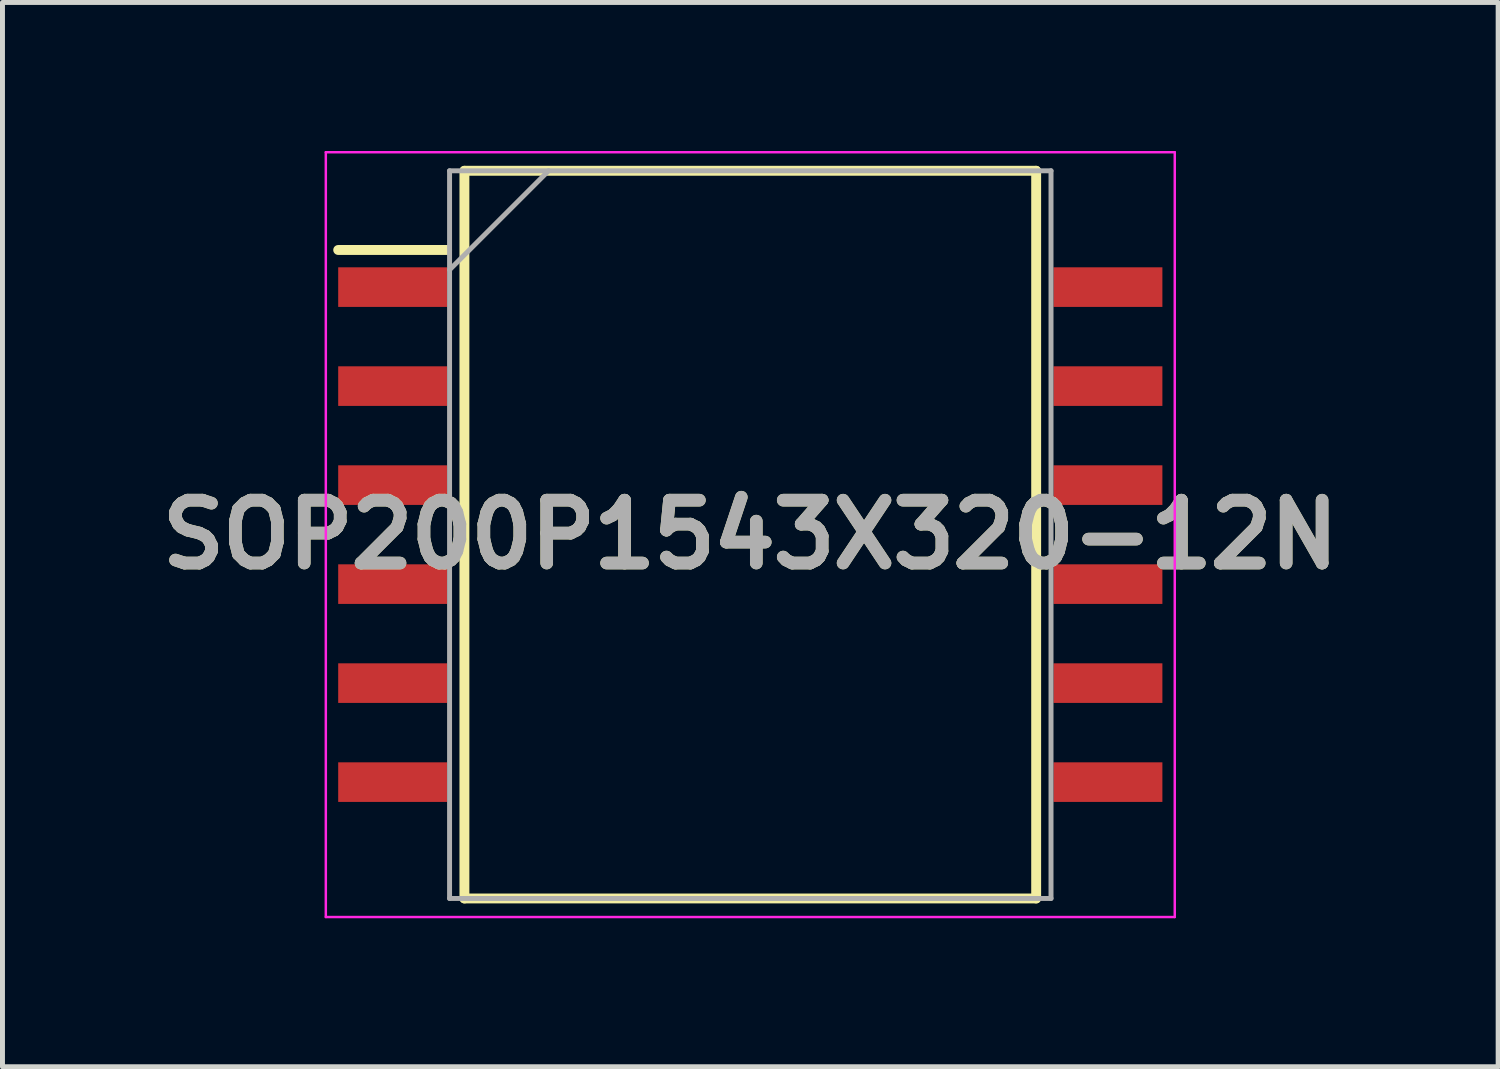
<source format=kicad_pcb>
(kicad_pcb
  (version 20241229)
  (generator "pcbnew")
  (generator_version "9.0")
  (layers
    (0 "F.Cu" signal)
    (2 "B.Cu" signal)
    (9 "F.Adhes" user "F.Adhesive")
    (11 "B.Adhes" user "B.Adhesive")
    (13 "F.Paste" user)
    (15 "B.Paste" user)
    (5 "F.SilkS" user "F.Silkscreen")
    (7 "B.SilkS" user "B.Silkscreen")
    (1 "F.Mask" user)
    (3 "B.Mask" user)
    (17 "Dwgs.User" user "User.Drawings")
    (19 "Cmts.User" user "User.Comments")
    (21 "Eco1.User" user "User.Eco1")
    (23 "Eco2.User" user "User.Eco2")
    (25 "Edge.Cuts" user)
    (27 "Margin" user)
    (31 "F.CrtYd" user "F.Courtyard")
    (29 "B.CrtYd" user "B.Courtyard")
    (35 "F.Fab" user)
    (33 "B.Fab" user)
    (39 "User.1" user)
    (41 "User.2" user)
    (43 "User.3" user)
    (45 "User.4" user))
  (footprint "SOP200P1543X320-12N"
    (layer "F.Cu")
    (at 12.107 7.75)
    (property "Reference" "SOP200P1543X320-12N" (at 0 0 0) (layer "F.SilkS") (effects (font (size 1.27 1.27) (thickness 0.254))))
    (attr smd)
    (fp_line (start -8.325 -5.75) (end -6.125 -5.75) (stroke (width 0.2) (type solid)) (layer "F.SilkS"))
    (fp_line (start -5.775 -7.35) (end 5.775 -7.35) (stroke (width 0.2) (type solid)) (layer "F.SilkS"))
    (fp_line (start -5.775 7.35) (end -5.775 -7.35) (stroke (width 0.2) (type solid)) (layer "F.SilkS"))
    (fp_line (start 5.775 -7.35) (end 5.775 7.35) (stroke (width 0.2) (type solid)) (layer "F.SilkS"))
    (fp_line (start 5.775 7.35) (end -5.775 7.35) (stroke (width 0.2) (type solid)) (layer "F.SilkS"))
    (fp_line (start -8.575 -7.725) (end 8.575 -7.725) (stroke (width 0.05) (type solid)) (layer "F.CrtYd"))
    (fp_line (start -8.575 7.725) (end -8.575 -7.725) (stroke (width 0.05) (type solid)) (layer "F.CrtYd"))
    (fp_line (start 8.575 -7.725) (end 8.575 7.725) (stroke (width 0.05) (type solid)) (layer "F.CrtYd"))
    (fp_line (start 8.575 7.725) (end -8.575 7.725) (stroke (width 0.05) (type solid)) (layer "F.CrtYd"))
    (fp_line (start -6.075 -7.35) (end 6.075 -7.35) (stroke (width 0.1) (type solid)) (layer "F.Fab"))
    (fp_line (start -6.075 -5.35) (end -4.075 -7.35) (stroke (width 0.1) (type solid)) (layer "F.Fab"))
    (fp_line (start -6.075 7.35) (end -6.075 -7.35) (stroke (width 0.1) (type solid)) (layer "F.Fab"))
    (fp_line (start 6.075 -7.35) (end 6.075 7.35) (stroke (width 0.1) (type solid)) (layer "F.Fab"))
    (fp_line (start 6.075 7.35) (end -6.075 7.35) (stroke (width 0.1) (type solid)) (layer "F.Fab"))
    (fp_text user "${REFERENCE}" (at 0 0 0) (layer "F.Fab") (effects (font (size 1.27 1.27) (thickness 0.254))))
    (pad "1" smd rect (at -7.225 -5 90) (size 0.8 2.2) (layers "F.Cu" "F.Mask" "F.Paste"))
    (pad "2" smd rect (at -7.225 -3 90) (size 0.8 2.2) (layers "F.Cu" "F.Mask" "F.Paste"))
    (pad "3" smd rect (at -7.225 -1 90) (size 0.8 2.2) (layers "F.Cu" "F.Mask" "F.Paste"))
    (pad "4" smd rect (at -7.225 1 90) (size 0.8 2.2) (layers "F.Cu" "F.Mask" "F.Paste"))
    (pad "5" smd rect (at -7.225 3 90) (size 0.8 2.2) (layers "F.Cu" "F.Mask" "F.Paste"))
    (pad "6" smd rect (at -7.225 5 90) (size 0.8 2.2) (layers "F.Cu" "F.Mask" "F.Paste"))
    (pad "7" smd rect (at 7.225 5 90) (size 0.8 2.2) (layers "F.Cu" "F.Mask" "F.Paste"))
    (pad "8" smd rect (at 7.225 3 90) (size 0.8 2.2) (layers "F.Cu" "F.Mask" "F.Paste"))
    (pad "9" smd rect (at 7.225 1 90) (size 0.8 2.2) (layers "F.Cu" "F.Mask" "F.Paste"))
    (pad "10" smd rect (at 7.225 -1 90) (size 0.8 2.2) (layers "F.Cu" "F.Mask" "F.Paste"))
    (pad "11" smd rect (at 7.225 -3 90) (size 0.8 2.2) (layers "F.Cu" "F.Mask" "F.Paste"))
    (pad "12" smd rect (at 7.225 -5 90) (size 0.8 2.2) (layers "F.Cu" "F.Mask" "F.Paste")))
  (gr_rect
    (start -3 -3)
    (end 27.215 18.5)
    (stroke (width 0.1) (type default))
    (fill no)
    (layer "Edge.Cuts")))
</source>
